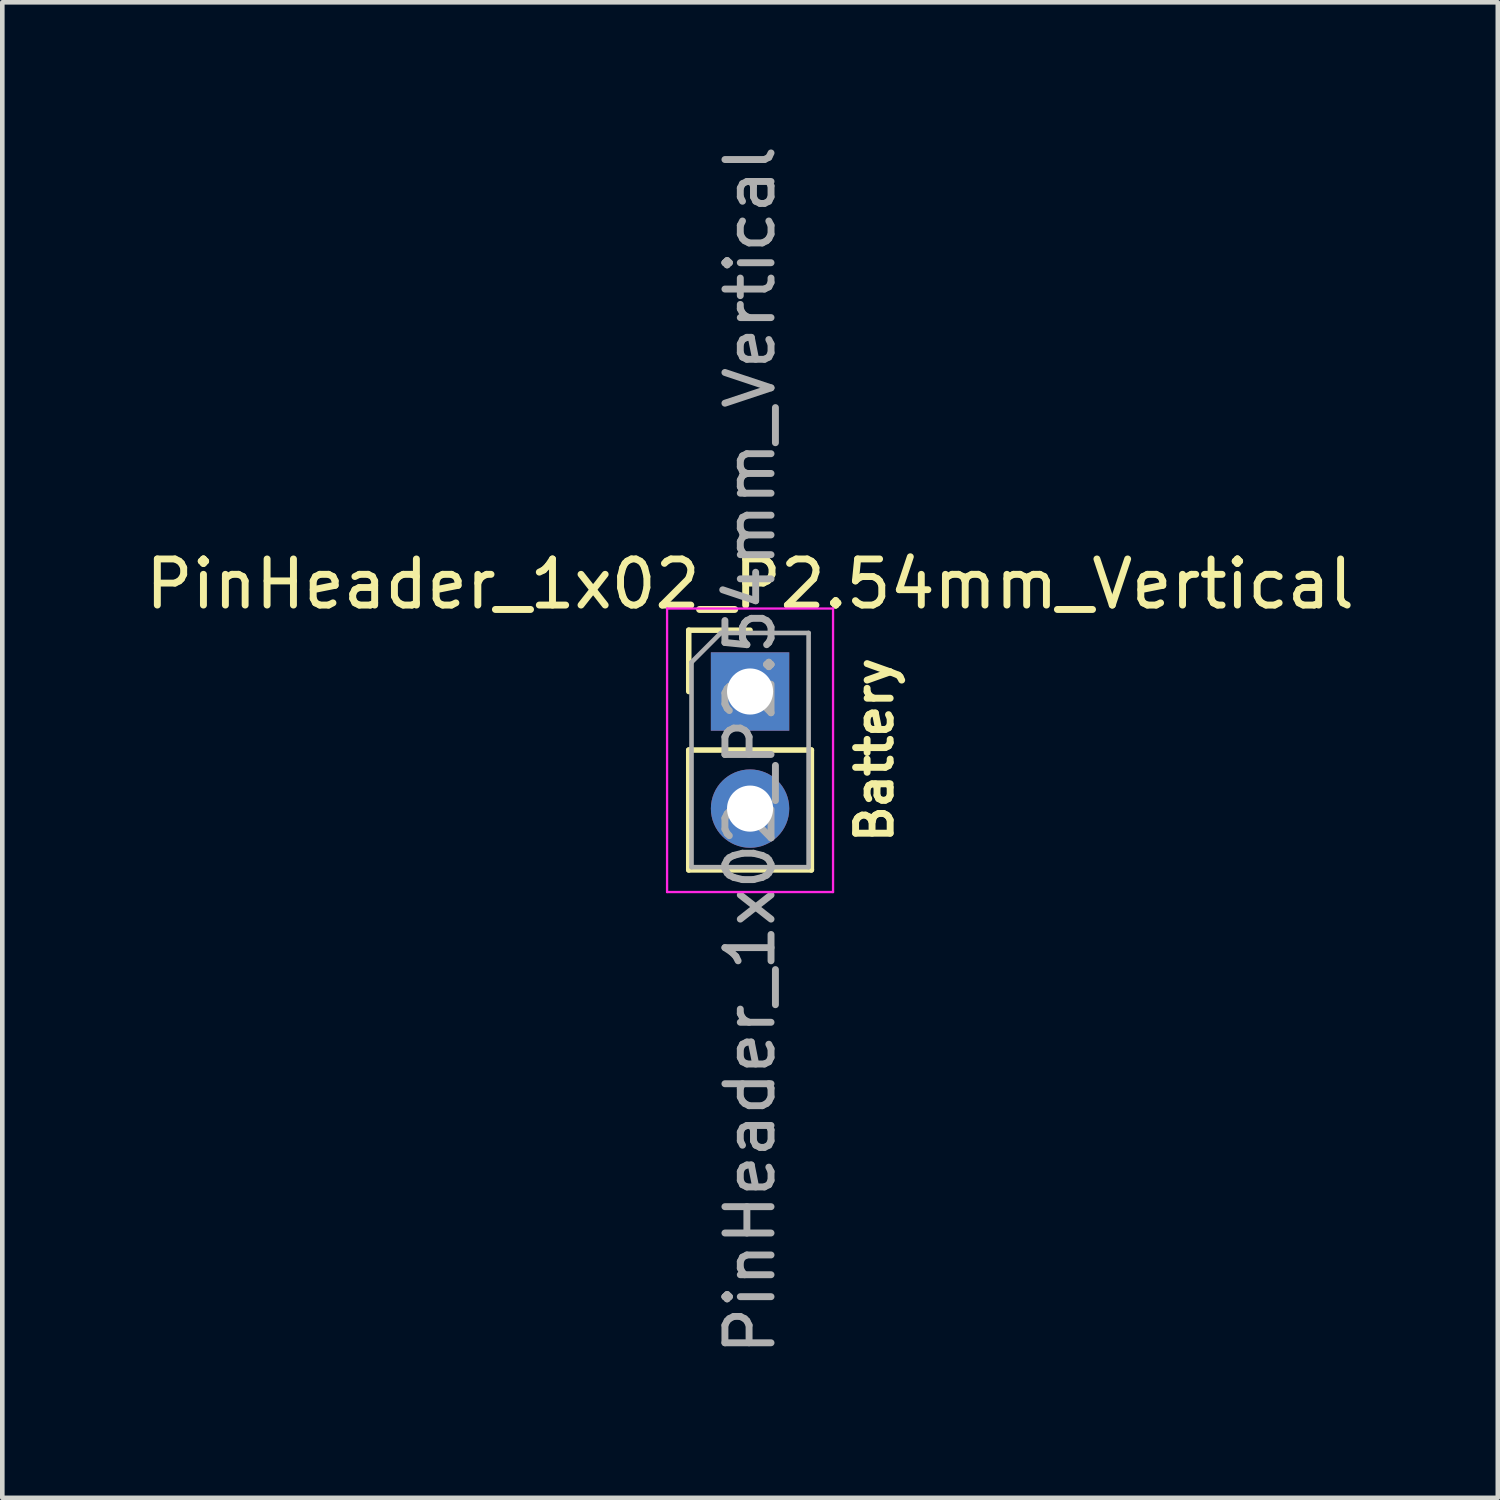
<source format=kicad_pcb>
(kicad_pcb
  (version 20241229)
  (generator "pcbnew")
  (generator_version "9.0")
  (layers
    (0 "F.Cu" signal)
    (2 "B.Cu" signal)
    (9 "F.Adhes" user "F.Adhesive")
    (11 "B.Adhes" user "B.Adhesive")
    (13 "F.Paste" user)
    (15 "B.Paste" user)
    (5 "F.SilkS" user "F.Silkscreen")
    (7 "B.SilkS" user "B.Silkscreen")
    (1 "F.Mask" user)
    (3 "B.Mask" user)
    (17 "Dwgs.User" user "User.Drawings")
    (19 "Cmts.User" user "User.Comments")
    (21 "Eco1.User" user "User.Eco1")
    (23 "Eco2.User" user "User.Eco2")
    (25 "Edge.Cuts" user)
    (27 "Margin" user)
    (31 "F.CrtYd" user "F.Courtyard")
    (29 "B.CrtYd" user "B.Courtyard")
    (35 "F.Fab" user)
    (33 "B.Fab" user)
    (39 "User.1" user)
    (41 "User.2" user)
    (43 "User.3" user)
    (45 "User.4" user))
  (footprint "PinHeader_1x02_P2.54mm_Vertical"
    (layer "F.Cu")
    (at 13.22 11.95)
    (property "Reference" "PinHeader_1x02_P2.54mm_Vertical" (at 0 -2.33 180) (layer "F.SilkS") (effects (font (size 1 1) (thickness 0.15))))
    (attr through_hole exclude_from_pos_files exclude_from_bom)
    (fp_line (start -1.33 -1.33) (end 0 -1.33) (stroke (width 0.12) (type solid)) (layer "F.SilkS"))
    (fp_line (start -1.33 0) (end -1.33 -1.33) (stroke (width 0.12) (type solid)) (layer "F.SilkS"))
    (fp_line (start -1.33 1.27) (end -1.33 3.87) (stroke (width 0.12) (type solid)) (layer "F.SilkS"))
    (fp_line (start -1.33 1.27) (end 1.33 1.27) (stroke (width 0.12) (type solid)) (layer "F.SilkS"))
    (fp_line (start -1.33 3.87) (end 1.33 3.87) (stroke (width 0.12) (type solid)) (layer "F.SilkS"))
    (fp_line (start 1.33 1.27) (end 1.33 3.87) (stroke (width 0.12) (type solid)) (layer "F.SilkS"))
    (fp_line (start -1.8 -1.8) (end -1.8 4.35) (stroke (width 0.05) (type solid)) (layer "F.CrtYd"))
    (fp_line (start -1.8 4.35) (end 1.8 4.35) (stroke (width 0.05) (type solid)) (layer "F.CrtYd"))
    (fp_line (start 1.8 -1.8) (end -1.8 -1.8) (stroke (width 0.05) (type solid)) (layer "F.CrtYd"))
    (fp_line (start 1.8 4.35) (end 1.8 -1.8) (stroke (width 0.05) (type solid)) (layer "F.CrtYd"))
    (fp_line (start -1.27 -0.635) (end -0.635 -1.27) (stroke (width 0.1) (type solid)) (layer "F.Fab"))
    (fp_line (start -1.27 3.81) (end -1.27 -0.635) (stroke (width 0.1) (type solid)) (layer "F.Fab"))
    (fp_line (start -0.635 -1.27) (end 1.27 -1.27) (stroke (width 0.1) (type solid)) (layer "F.Fab"))
    (fp_line (start 1.27 -1.27) (end 1.27 3.81) (stroke (width 0.1) (type solid)) (layer "F.Fab"))
    (fp_line (start 1.27 3.81) (end -1.27 3.81) (stroke (width 0.1) (type solid)) (layer "F.Fab"))
    (fp_text user "Battery" (at 2.7 1.27 90) (unlocked yes) (layer "F.SilkS") (effects (font (size 0.75 0.75) (thickness 0.15))))
    (fp_text user "${REFERENCE}" (at 0 1.27 90) (layer "F.Fab") (effects (font (size 1 1) (thickness 0.15))))
    (pad "1" thru_hole rect (at 0 0) (size 1.7 1.7) (drill 1) (layers "*.Cu" "*.Mask"))
    (pad "2" thru_hole oval (at 0 2.54) (size 1.7 1.7) (drill 1) (layers "*.Cu" "*.Mask")))
  (gr_rect
    (start -3 -3)
    (end 29.44 29.44)
    (stroke (width 0.1) (type default))
    (fill no)
    (layer "Edge.Cuts")))
</source>
